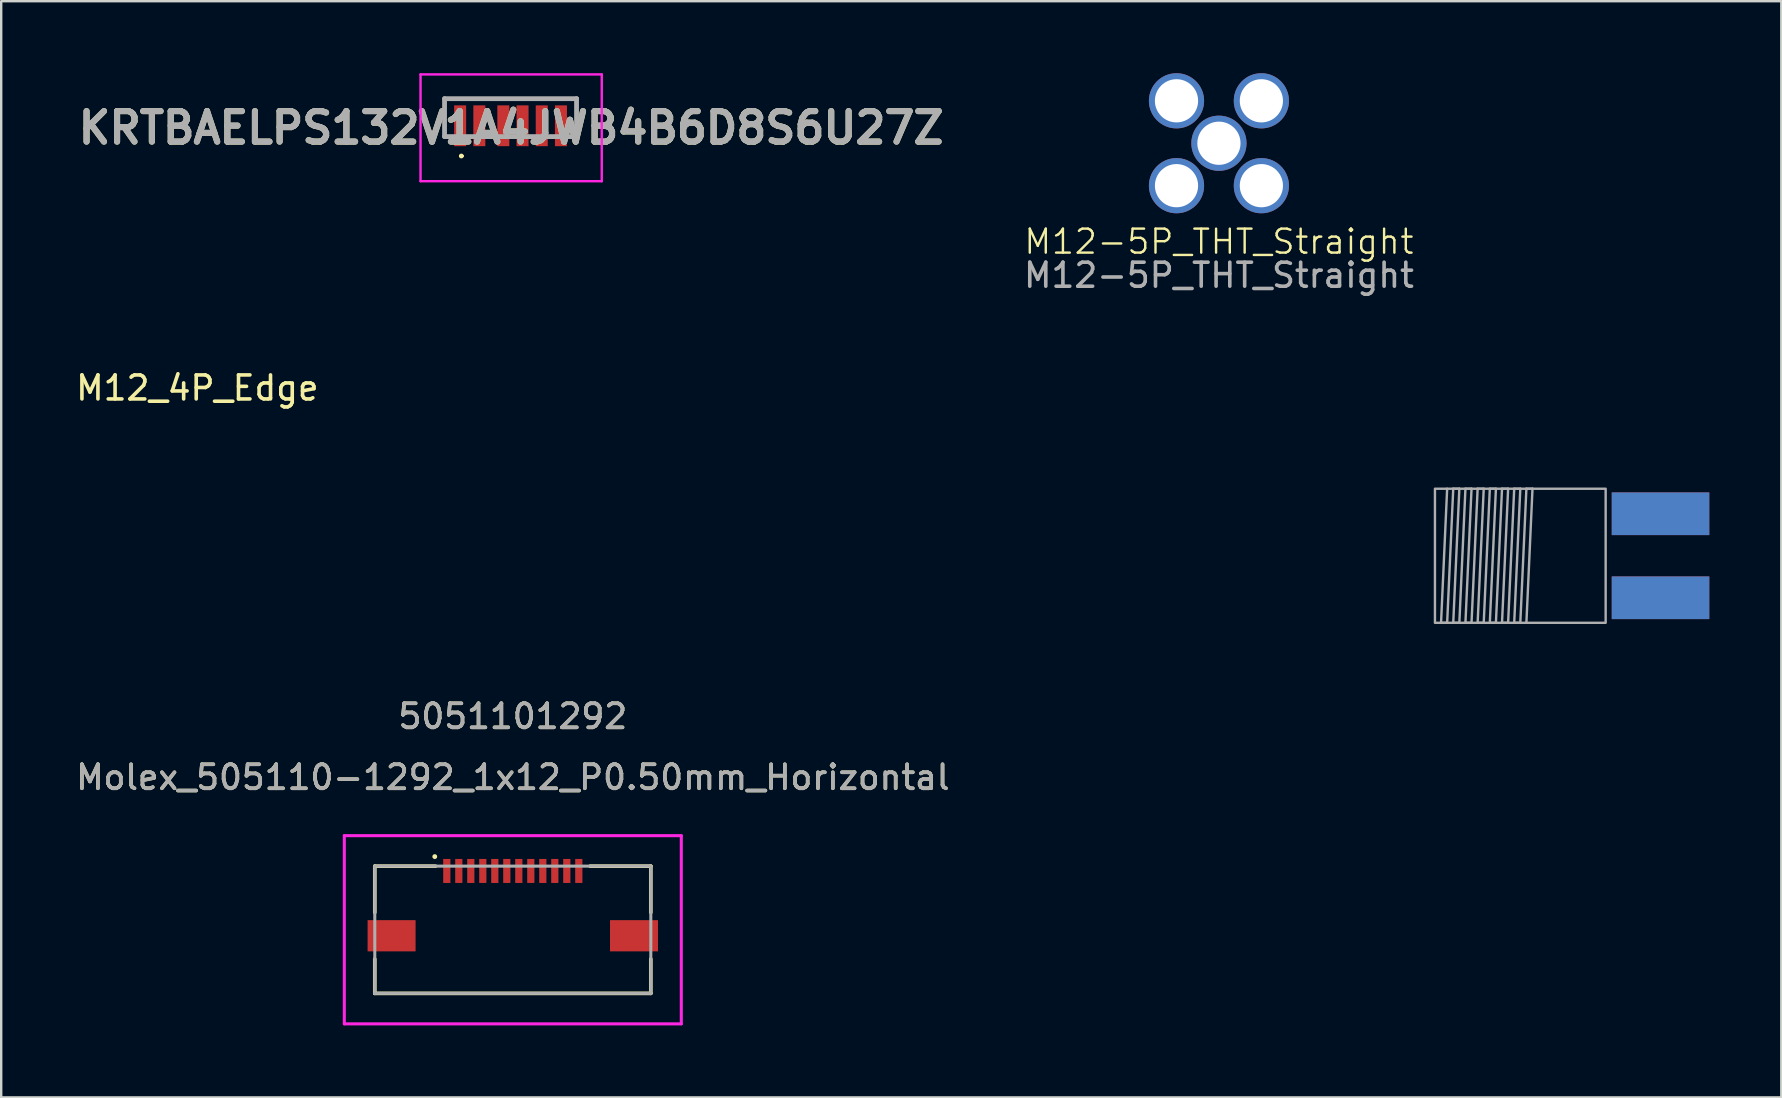
<source format=kicad_pcb>
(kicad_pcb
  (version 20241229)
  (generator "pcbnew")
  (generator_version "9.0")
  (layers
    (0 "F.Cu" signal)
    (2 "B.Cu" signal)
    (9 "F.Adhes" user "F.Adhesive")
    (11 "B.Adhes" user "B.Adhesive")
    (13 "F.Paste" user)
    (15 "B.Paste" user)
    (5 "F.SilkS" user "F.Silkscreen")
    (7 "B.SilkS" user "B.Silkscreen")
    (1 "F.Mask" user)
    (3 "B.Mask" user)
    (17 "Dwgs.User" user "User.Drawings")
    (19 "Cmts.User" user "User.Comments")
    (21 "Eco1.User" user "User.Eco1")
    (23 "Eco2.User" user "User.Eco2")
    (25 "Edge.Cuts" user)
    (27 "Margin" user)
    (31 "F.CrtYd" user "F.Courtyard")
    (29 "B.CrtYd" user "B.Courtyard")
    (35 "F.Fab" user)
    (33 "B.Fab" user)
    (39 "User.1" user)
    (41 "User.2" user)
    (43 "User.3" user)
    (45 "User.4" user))
  (footprint "M12-5P_THT_Straight"
    (layer "F.Cu")
    (at 47.735 2.918)
    (property "Reference" "M12-5P_THT_Straight" (at 0 4.1 0) (unlocked yes) (layer "F.SilkS") (effects (font (size 1 1) (thickness 0.1))))
    (attr through_hole)
    (fp_text user "${REFERENCE}" (at 0 5.5 0) (unlocked yes) (layer "F.Fab") (effects (font (size 1 1) (thickness 0.15))))
    (pad "1" thru_hole circle (at -1.768 -1.768) (size 2.3 2.3) (drill 1.8) (layers "*.Cu" "*.Mask"))
    (pad "2" thru_hole circle (at 1.768 -1.768) (size 2.3 2.3) (drill 1.8) (layers "*.Cu" "*.Mask"))
    (pad "3" thru_hole circle (at 1.768 1.768) (size 2.3 2.3) (drill 1.8) (layers "*.Cu" "*.Mask"))
    (pad "4" thru_hole circle (at -1.768 1.768) (size 2.3 2.3) (drill 1.8) (layers "*.Cu" "*.Mask"))
    (pad "5" thru_hole circle (at 0 0) (size 2.3 2.3) (drill 1.8) (layers "*.Cu" "*.Mask")))
  (footprint "M12_4P_Edge"
    (layer "F.Cu")
    (at 66.133 20.105)
    (property "Reference" "M12_4P_Edge" (at -60.96 -6.99 0) (layer "F.SilkS") (effects (font (size 1 1) (thickness 0.15))))
    (attr exclude_from_pos_files exclude_from_bom)
    (fp_line (start -9.144 2.794) (end -8.89 2.794) (stroke (width 0.1) (type solid)) (layer "F.Fab"))
    (fp_line (start -8.89 -2.794) (end -9.144 2.794) (stroke (width 0.1) (type solid)) (layer "F.Fab"))
    (fp_line (start -8.89 2.794) (end -8.636 -2.794) (stroke (width 0.1) (type solid)) (layer "F.Fab"))
    (fp_line (start -8.636 -2.794) (end -8.382 -2.794) (stroke (width 0.1) (type solid)) (layer "F.Fab"))
    (fp_line (start -8.636 2.794) (end -8.382 2.794) (stroke (width 0.1) (type solid)) (layer "F.Fab"))
    (fp_line (start -8.382 -2.794) (end -8.636 2.794) (stroke (width 0.1) (type solid)) (layer "F.Fab"))
    (fp_line (start -8.382 2.794) (end -8.128 -2.794) (stroke (width 0.1) (type solid)) (layer "F.Fab"))
    (fp_line (start -8.128 -2.794) (end -7.874 -2.794) (stroke (width 0.1) (type solid)) (layer "F.Fab"))
    (fp_line (start -8.128 2.794) (end -7.874 2.794) (stroke (width 0.1) (type solid)) (layer "F.Fab"))
    (fp_line (start -7.874 -2.794) (end -8.128 2.794) (stroke (width 0.1) (type solid)) (layer "F.Fab"))
    (fp_line (start -7.874 2.794) (end -7.62 -2.794) (stroke (width 0.1) (type solid)) (layer "F.Fab"))
    (fp_line (start -7.62 -2.794) (end -7.366 -2.794) (stroke (width 0.1) (type solid)) (layer "F.Fab"))
    (fp_line (start -7.62 2.794) (end -7.366 2.794) (stroke (width 0.1) (type solid)) (layer "F.Fab"))
    (fp_line (start -7.366 -2.794) (end -7.62 2.794) (stroke (width 0.1) (type solid)) (layer "F.Fab"))
    (fp_line (start -7.366 2.794) (end -7.112 -2.794) (stroke (width 0.1) (type solid)) (layer "F.Fab"))
    (fp_line (start -7.112 -2.794) (end -6.858 -2.794) (stroke (width 0.1) (type solid)) (layer "F.Fab"))
    (fp_line (start -7.112 2.794) (end -6.858 2.794) (stroke (width 0.1) (type solid)) (layer "F.Fab"))
    (fp_line (start -6.858 -2.794) (end -7.112 2.794) (stroke (width 0.1) (type solid)) (layer "F.Fab"))
    (fp_line (start -6.858 2.794) (end -6.604 -2.794) (stroke (width 0.1) (type solid)) (layer "F.Fab"))
    (fp_line (start -6.604 -2.794) (end -6.35 -2.794) (stroke (width 0.1) (type solid)) (layer "F.Fab"))
    (fp_line (start -6.604 2.794) (end -6.35 2.794) (stroke (width 0.1) (type solid)) (layer "F.Fab"))
    (fp_line (start -6.35 -2.794) (end -6.604 2.794) (stroke (width 0.1) (type solid)) (layer "F.Fab"))
    (fp_line (start -6.35 2.794) (end -6.096 -2.794) (stroke (width 0.1) (type solid)) (layer "F.Fab"))
    (fp_line (start -6.096 -2.794) (end -5.842 -2.794) (stroke (width 0.1) (type solid)) (layer "F.Fab"))
    (fp_line (start -6.096 2.794) (end -5.842 2.794) (stroke (width 0.1) (type solid)) (layer "F.Fab"))
    (fp_line (start -5.842 -2.794) (end -6.096 2.794) (stroke (width 0.1) (type solid)) (layer "F.Fab"))
    (fp_line (start -5.842 2.794) (end -5.588 -2.794) (stroke (width 0.1) (type solid)) (layer "F.Fab"))
    (fp_line (start -5.588 -2.794) (end -5.334 -2.794) (stroke (width 0.1) (type solid)) (layer "F.Fab"))
    (fp_line (start -5.334 -2.794) (end -5.588 2.794) (stroke (width 0.1) (type solid)) (layer "F.Fab"))
    (fp_rect (start -2.286 -2.794) (end -9.398 2.794) (stroke (width 0.1) (type solid)) (fill no) (layer "F.Fab"))
    (pad "1" connect rect (at 0 1.75 270) (size 1.778 4.064) (layers "F.Cu" "F.Mask"))
    (pad "2" connect rect (at 0 -1.75 90) (size 1.778 4.064) (layers "F.Cu" "F.Mask"))
    (pad "3" connect rect (at 0 -1.75 90) (size 1.778 4.064) (layers "B.Cu" "B.Mask"))
    (pad "4" connect rect (at 0 1.75 270) (size 1.778 4.064) (layers "B.Cu" "B.Mask")))
  (footprint "Molex_505110-1292_1x12_P0.50mm_Horizontal"
    (layer "F.Cu")
    (at 18.315 35.687)
    (property "Reference" "Molex_505110-1292_1x12_P0.50mm_Horizontal" (at 0 -6.35 0) (unlocked yes) (layer "F.SilkS") (effects (font (size 1 1) (thickness 0.15))))
    (attr smd)
    (fp_line (start -5.75 -2.65) (end -5.75 -0.72) (stroke (width 0.152) (type solid)) (layer "F.SilkS"))
    (fp_line (start -5.75 1.22) (end -5.75 2.65) (stroke (width 0.152) (type solid)) (layer "F.SilkS"))
    (fp_line (start -5.75 2.65) (end 5.75 2.65) (stroke (width 0.152) (type solid)) (layer "F.SilkS"))
    (fp_line (start -3.22 -2.65) (end -5.75 -2.65) (stroke (width 0.152) (type solid)) (layer "F.SilkS"))
    (fp_line (start 5.75 -2.65) (end 3.22 -2.65) (stroke (width 0.152) (type solid)) (layer "F.SilkS"))
    (fp_line (start 5.75 -0.72) (end 5.75 -2.65) (stroke (width 0.152) (type solid)) (layer "F.SilkS"))
    (fp_line (start 5.75 2.65) (end 5.75 1.22) (stroke (width 0.152) (type solid)) (layer "F.SilkS"))
    (fp_circle (center -3.251 -3.048) (end -3.2 -3.048) (stroke (width 0.1) (type default)) (fill no) (layer "F.SilkS"))
    (fp_line (start -7.02 -3.92) (end -7.02 3.92) (stroke (width 0.127) (type solid)) (layer "F.CrtYd"))
    (fp_line (start -7.02 3.92) (end 7.02 3.92) (stroke (width 0.127) (type solid)) (layer "F.CrtYd"))
    (fp_line (start 7.02 -3.92) (end -7.02 -3.92) (stroke (width 0.127) (type solid)) (layer "F.CrtYd"))
    (fp_line (start 7.02 3.92) (end 7.02 -3.92) (stroke (width 0.127) (type solid)) (layer "F.CrtYd"))
    (fp_line (start -5.75 -2.65) (end -5.75 2.65) (stroke (width 0.127) (type solid)) (layer "F.Fab"))
    (fp_line (start -5.75 2.65) (end 5.75 2.65) (stroke (width 0.127) (type solid)) (layer "F.Fab"))
    (fp_line (start 5.75 -2.65) (end -5.75 -2.65) (stroke (width 0.127) (type solid)) (layer "F.Fab"))
    (fp_line (start 5.75 2.65) (end 5.75 -2.65) (stroke (width 0.127) (type solid)) (layer "F.Fab"))
    (fp_text user "5051101292" (at 0 -8.89 0) (unlocked yes) (layer "F.SilkS") (effects (font (size 1 1) (thickness 0.15))))
    (fp_text user "${REFERENCE}" (at 0 -6.35 0) (unlocked yes) (layer "F.Fab") (effects (font (size 1 1) (thickness 0.15))))
    (fp_text user "5051101292" (at 0 -8.89 0) (unlocked yes) (layer "F.Fab") (effects (font (size 1 1) (thickness 0.15))))
    (pad "1" smd rect (at -2.75 -2.45) (size 0.3 1) (layers "F.Cu" "F.Mask" "F.Paste"))
    (pad "2" smd rect (at -2.25 -2.45) (size 0.3 1) (layers "F.Cu" "F.Mask" "F.Paste"))
    (pad "3" smd rect (at -1.75 -2.45) (size 0.3 1) (layers "F.Cu" "F.Mask" "F.Paste"))
    (pad "4" smd rect (at -1.25 -2.45) (size 0.3 1) (layers "F.Cu" "F.Mask" "F.Paste"))
    (pad "5" smd rect (at -0.75 -2.45) (size 0.3 1) (layers "F.Cu" "F.Mask" "F.Paste"))
    (pad "6" smd rect (at -0.25 -2.45) (size 0.3 1) (layers "F.Cu" "F.Mask" "F.Paste"))
    (pad "7" smd rect (at 0.25 -2.45) (size 0.3 1) (layers "F.Cu" "F.Mask" "F.Paste"))
    (pad "8" smd rect (at 0.75 -2.45) (size 0.3 1) (layers "F.Cu" "F.Mask" "F.Paste"))
    (pad "9" smd rect (at 1.25 -2.45) (size 0.3 1) (layers "F.Cu" "F.Mask" "F.Paste"))
    (pad "10" smd rect (at 1.75 -2.45) (size 0.3 1) (layers "F.Cu" "F.Mask" "F.Paste"))
    (pad "11" smd rect (at 2.25 -2.45) (size 0.3 1) (layers "F.Cu" "F.Mask" "F.Paste"))
    (pad "12" smd rect (at 2.75 -2.45) (size 0.3 1) (layers "F.Cu" "F.Mask" "F.Paste"))
    (pad "MP" smd rect (at -5.05 0.25) (size 2 1.3) (layers "F.Cu" "F.Mask" "F.Paste"))
    (pad "MP" smd rect (at 5.05 0.25) (size 2 1.3) (layers "F.Cu" "F.Mask" "F.Paste")))
  (footprint "KRTBAELPS132V1A4JWB4B6D8S6U27Z"
    (layer "F.Cu")
    (at 18.221 1.85)
    (property "Reference" "KRTBAELPS132V1A4JWB4B6D8S6U27Z" (at 0.025 0.425 0) (layer "F.SilkS") (effects (font (size 1.27 1.27) (thickness 0.254))))
    (attr smd)
    (fp_line (start -2.75 -0.8) (end 2.8 -0.8) (stroke (width 0.1) (type solid)) (layer "F.SilkS"))
    (fp_line (start -2.75 0.6) (end -2.75 -0.8) (stroke (width 0.1) (type solid)) (layer "F.SilkS"))
    (fp_line (start -2.1 1.6) (end -2.1 1.6) (stroke (width 0.1) (type solid)) (layer "F.SilkS"))
    (fp_line (start -2 1.6) (end -2 1.6) (stroke (width 0.1) (type solid)) (layer "F.SilkS"))
    (fp_line (start 2.75 0.6) (end 2.75 -0.8) (stroke (width 0.1) (type solid)) (layer "F.SilkS"))
    (fp_arc (start -2.1 1.6) (mid -2.05 1.55) (end -2 1.6) (stroke (width 0.1) (type solid)) (layer "F.SilkS"))
    (fp_arc (start -2 1.6) (mid -2.05 1.65) (end -2.1 1.6) (stroke (width 0.1) (type solid)) (layer "F.SilkS"))
    (fp_line (start -3.75 -1.8) (end 3.8 -1.8) (stroke (width 0.1) (type solid)) (layer "F.CrtYd"))
    (fp_line (start -3.75 2.65) (end -3.75 -1.8) (stroke (width 0.1) (type solid)) (layer "F.CrtYd"))
    (fp_line (start 3.8 -1.8) (end 3.8 2.65) (stroke (width 0.1) (type solid)) (layer "F.CrtYd"))
    (fp_line (start 3.8 2.65) (end -3.75 2.65) (stroke (width 0.1) (type solid)) (layer "F.CrtYd"))
    (fp_line (start -2.75 -0.79) (end 2.75 -0.79) (stroke (width 0.2) (type solid)) (layer "F.Fab"))
    (fp_line (start -2.75 0.79) (end -2.75 -0.79) (stroke (width 0.2) (type solid)) (layer "F.Fab"))
    (fp_line (start 2.75 -0.79) (end 2.75 0.79) (stroke (width 0.2) (type solid)) (layer "F.Fab"))
    (fp_line (start 2.75 0.79) (end -2.75 0.79) (stroke (width 0.2) (type solid)) (layer "F.Fab"))
    (fp_text user "${REFERENCE}" (at 0.025 0.425 0) (layer "F.Fab") (effects (font (size 1.27 1.27) (thickness 0.254))))
    (pad "1" smd rect (at -2.1 0.34) (size 0.5 1.7) (layers "F.Cu" "F.Mask" "F.Paste"))
    (pad "2" smd rect (at -1.3 0.34) (size 0.5 1.7) (layers "F.Cu" "F.Mask" "F.Paste"))
    (pad "3" smd rect (at -0.3 0.34) (size 0.5 1.7) (layers "F.Cu" "F.Mask" "F.Paste"))
    (pad "4" smd rect (at 0.5 0.34) (size 0.5 1.7) (layers "F.Cu" "F.Mask" "F.Paste"))
    (pad "5" smd rect (at 1.3 0.34) (size 0.5 1.7) (layers "F.Cu" "F.Mask" "F.Paste"))
    (pad "6" smd rect (at 2.1 0.34) (size 0.5 1.7) (layers "F.Cu" "F.Mask" "F.Paste")))
  (gr_rect
    (start -3 -3)
    (end 71.165 42.67)
    (stroke (width 0.1) (type default))
    (fill no)
    (layer "Edge.Cuts")))
</source>
